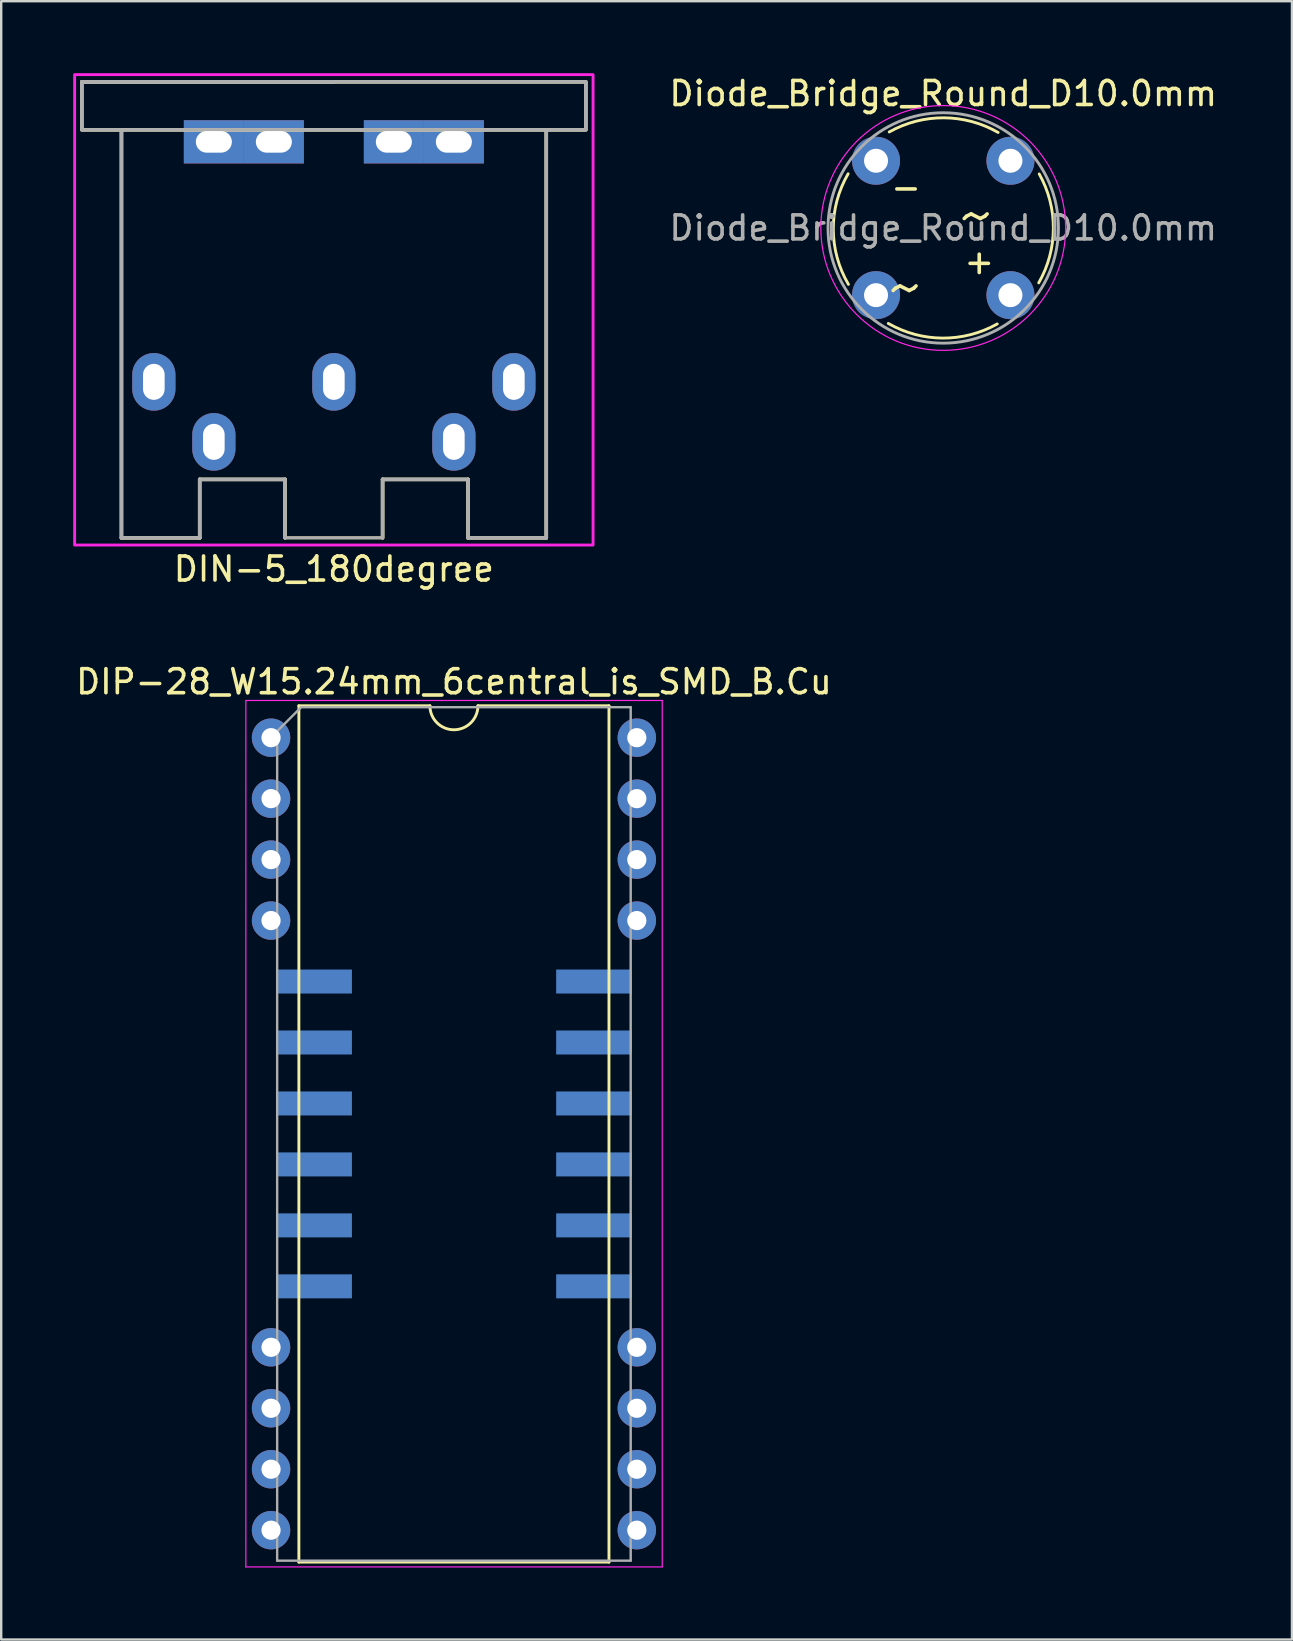
<source format=kicad_pcb>
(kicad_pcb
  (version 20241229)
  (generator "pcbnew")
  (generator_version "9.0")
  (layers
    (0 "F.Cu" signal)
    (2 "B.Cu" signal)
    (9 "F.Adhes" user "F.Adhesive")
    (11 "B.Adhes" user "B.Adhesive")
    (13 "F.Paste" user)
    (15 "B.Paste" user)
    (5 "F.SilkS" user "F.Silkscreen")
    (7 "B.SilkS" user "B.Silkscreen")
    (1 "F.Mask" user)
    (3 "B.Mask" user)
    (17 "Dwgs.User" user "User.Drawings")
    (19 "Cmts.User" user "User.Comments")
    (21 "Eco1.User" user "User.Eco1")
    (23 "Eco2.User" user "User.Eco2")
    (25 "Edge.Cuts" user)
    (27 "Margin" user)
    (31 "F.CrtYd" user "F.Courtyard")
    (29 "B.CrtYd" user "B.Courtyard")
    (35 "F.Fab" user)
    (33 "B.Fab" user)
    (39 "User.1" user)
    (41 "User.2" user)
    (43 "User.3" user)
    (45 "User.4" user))
  (footprint "Diode_Bridge_Round_D10.0mm"
    (layer "F.Cu")
    (at 33.45 3.648)
    (property "Reference" "Diode_Bridge_Round_D10.0mm" (at 2.8 -2.8 0) (layer "F.SilkS") (effects (font (size 1 1) (thickness 0.15))))
    (attr through_hole)
    (fp_arc (start -1.15 5.15) (mid -1.780654 2.848116) (end -1.162131 0.542943) (stroke (width 0.12) (type solid)) (layer "F.SilkS"))
    (fp_arc (start 0.55 -1.2) (mid 2.821673 -1.789339) (end 5.087678 -1.178571) (stroke (width 0.12) (type solid)) (layer "F.SilkS"))
    (fp_arc (start 5.05 6.8) (mid 2.778327 7.389339) (end 0.512321 6.778571) (stroke (width 0.12) (type solid)) (layer "F.SilkS"))
    (fp_arc (start 6.8 0.55) (mid 7.389339 2.821673) (end 6.778571 5.087679) (stroke (width 0.12) (type solid)) (layer "F.SilkS"))
    (fp_circle (center 2.8 2.8) (end 7.9 2.8) (stroke (width 0.05) (type solid)) (fill no) (layer "F.CrtYd"))
    (fp_arc (start -2 2.8) (mid 7.6 2.8) (end -2 2.8) (stroke (width 0.12) (type solid)) (layer "F.Fab"))
    (fp_text user "~ " (at 2 5.25 0) (layer "F.SilkS") (effects (font (size 2 2) (thickness 0.15))))
    (fp_text user "~" (at 4.2 2.25 0) (layer "F.SilkS") (effects (font (size 2 2) (thickness 0.15))))
    (fp_text user "+" (at 4.3 4.2 0) (layer "F.SilkS") (effects (font (size 1 1) (thickness 0.15))))
    (fp_text user "-" (at 1.25 1.1 0) (layer "F.SilkS") (effects (font (size 1 1) (thickness 0.15))))
    (fp_text user "${REFERENCE}" (at 2.8 2.8 0) (layer "F.Fab") (effects (font (size 1 1) (thickness 0.15))))
    (pad "1" thru_hole circle (at 0 0) (size 2 2) (drill 1) (layers "*.Cu" "*.Mask"))
    (pad "2" thru_hole oval (at 0 5.6) (size 2 2) (drill 1) (layers "*.Cu" "*.Mask"))
    (pad "3" thru_hole oval (at 5.6 5.6) (size 2 2) (drill 1) (layers "*.Cu" "*.Mask"))
    (pad "4" thru_hole oval (at 5.6 0) (size 2 2) (drill 1) (layers "*.Cu" "*.Mask")))
  (footprint "DIP-28_W15.24mm_6central_is_SMD_B.Cu"
    (layer "F.Cu")
    (at 8.243 27.686)
    (property "Reference" "DIP-28_W15.24mm_6central_is_SMD_B.Cu" (at 7.62 -2.33 0) (layer "F.SilkS") (effects (font (size 1 1) (thickness 0.15))))
    (attr through_hole)
    (fp_line (start 1.16 -1.33) (end 1.16 34.35) (stroke (width 0.12) (type solid)) (layer "F.SilkS"))
    (fp_line (start 1.16 34.35) (end 14.08 34.35) (stroke (width 0.12) (type solid)) (layer "F.SilkS"))
    (fp_line (start 6.62 -1.33) (end 1.16 -1.33) (stroke (width 0.12) (type solid)) (layer "F.SilkS"))
    (fp_line (start 14.08 -1.33) (end 8.62 -1.33) (stroke (width 0.12) (type solid)) (layer "F.SilkS"))
    (fp_line (start 14.08 34.35) (end 14.08 -1.33) (stroke (width 0.12) (type solid)) (layer "F.SilkS"))
    (fp_arc (start 8.62 -1.33) (mid 7.62 -0.33) (end 6.62 -1.33) (stroke (width 0.12) (type solid)) (layer "F.SilkS"))
    (fp_line (start -1.05 -1.55) (end -1.05 34.55) (stroke (width 0.05) (type solid)) (layer "F.CrtYd"))
    (fp_line (start -1.05 34.55) (end 16.3 34.55) (stroke (width 0.05) (type solid)) (layer "F.CrtYd"))
    (fp_line (start 16.3 -1.55) (end -1.05 -1.55) (stroke (width 0.05) (type solid)) (layer "F.CrtYd"))
    (fp_line (start 16.3 34.55) (end 16.3 -1.55) (stroke (width 0.05) (type solid)) (layer "F.CrtYd"))
    (fp_line (start 0.255 -0.27) (end 1.255 -1.27) (stroke (width 0.1) (type solid)) (layer "F.Fab"))
    (fp_line (start 0.255 34.29) (end 0.255 -0.27) (stroke (width 0.1) (type solid)) (layer "F.Fab"))
    (fp_line (start 1.255 -1.27) (end 14.985 -1.27) (stroke (width 0.1) (type solid)) (layer "F.Fab"))
    (fp_line (start 14.985 -1.27) (end 14.985 34.29) (stroke (width 0.1) (type solid)) (layer "F.Fab"))
    (fp_line (start 14.985 34.29) (end 0.255 34.29) (stroke (width 0.1) (type solid)) (layer "F.Fab"))
    (pad "1" thru_hole circle (at 0 0) (size 1.6 1.6) (drill 0.8) (layers "*.Cu" "*.Mask"))
    (pad "2" thru_hole oval (at 0 2.54) (size 1.6 1.6) (drill 0.8) (layers "*.Cu" "*.Mask"))
    (pad "3" thru_hole oval (at 0 5.08) (size 1.6 1.6) (drill 0.8) (layers "*.Cu" "*.Mask"))
    (pad "4" thru_hole oval (at 0 7.62) (size 1.6 1.6) (drill 0.8) (layers "*.Cu" "*.Mask"))
    (pad "5" smd rect (at 1.795 10.16 180) (size 3.15 1) (layers "B.Cu" "B.Mask" "B.Paste"))
    (pad "6" smd rect (at 1.795 12.7 180) (size 3.15 1) (layers "B.Cu" "B.Mask" "B.Paste"))
    (pad "7" smd rect (at 1.795 15.24 180) (size 3.15 1) (layers "B.Cu" "B.Mask" "B.Paste"))
    (pad "8" smd rect (at 1.795 17.78 180) (size 3.15 1) (layers "B.Cu" "B.Mask" "B.Paste"))
    (pad "9" smd rect (at 1.795 20.32 180) (size 3.15 1) (layers "B.Cu" "B.Mask" "B.Paste"))
    (pad "10" smd rect (at 1.795 22.86 180) (size 3.15 1) (layers "B.Cu" "B.Mask" "B.Paste"))
    (pad "11" thru_hole oval (at 0 25.4) (size 1.6 1.6) (drill 0.8) (layers "*.Cu" "*.Mask"))
    (pad "12" thru_hole oval (at 0 27.94) (size 1.6 1.6) (drill 0.8) (layers "*.Cu" "*.Mask"))
    (pad "13" thru_hole oval (at 0 30.48) (size 1.6 1.6) (drill 0.8) (layers "*.Cu" "*.Mask"))
    (pad "14" thru_hole oval (at 0 33.02) (size 1.6 1.6) (drill 0.8) (layers "*.Cu" "*.Mask"))
    (pad "15" thru_hole oval (at 15.24 33.02) (size 1.6 1.6) (drill 0.8) (layers "*.Cu" "*.Mask"))
    (pad "16" thru_hole oval (at 15.24 30.48) (size 1.6 1.6) (drill 0.8) (layers "*.Cu" "*.Mask"))
    (pad "17" thru_hole oval (at 15.24 27.94) (size 1.6 1.6) (drill 0.8) (layers "*.Cu" "*.Mask"))
    (pad "18" thru_hole oval (at 15.24 25.4) (size 1.6 1.6) (drill 0.8) (layers "*.Cu" "*.Mask"))
    (pad "19" smd rect (at 13.455 22.86 180) (size 3.15 1) (layers "B.Cu" "B.Mask" "B.Paste"))
    (pad "20" smd rect (at 13.455 20.32 180) (size 3.15 1) (layers "B.Cu" "B.Mask" "B.Paste"))
    (pad "21" smd rect (at 13.455 17.78 180) (size 3.15 1) (layers "B.Cu" "B.Mask" "B.Paste"))
    (pad "22" smd rect (at 13.455 15.24 180) (size 3.15 1) (layers "B.Cu" "B.Mask" "B.Paste"))
    (pad "23" smd rect (at 13.455 12.7 180) (size 3.15 1) (layers "B.Cu" "B.Mask" "B.Paste"))
    (pad "24" smd rect (at 13.455 10.16 180) (size 3.15 1) (layers "B.Cu" "B.Mask" "B.Paste"))
    (pad "25" thru_hole oval (at 15.24 7.62) (size 1.6 1.6) (drill 0.8) (layers "*.Cu" "*.Mask"))
    (pad "26" thru_hole oval (at 15.24 5.08) (size 1.6 1.6) (drill 0.8) (layers "*.Cu" "*.Mask"))
    (pad "27" thru_hole oval (at 15.24 2.54) (size 1.6 1.6) (drill 0.8) (layers "*.Cu" "*.Mask"))
    (pad "28" thru_hole oval (at 15.24 0) (size 1.6 1.6) (drill 0.8) (layers "*.Cu" "*.Mask")))
  (footprint "DIN-5_180degree"
    (layer "F.Cu")
    (at 10.86 12.86)
    (property "Reference" "DIN-5_180degree" (at 0 7.8 180) (layer "F.SilkS") (effects (font (size 1 1) (thickness 0.15))))
    (attr through_hole)
    (fp_line (start -8.85 6.5) (end -8.85 -10.5) (stroke (width 0.15) (type solid)) (layer "F.SilkS"))
    (fp_line (start -8.85 6.5) (end -5.588 6.5) (stroke (width 0.15) (type solid)) (layer "F.SilkS"))
    (fp_line (start -5.588 6.5) (end -5.588 4.064) (stroke (width 0.15) (type solid)) (layer "F.SilkS"))
    (fp_line (start -2.032 4.064) (end -5.588 4.064) (stroke (width 0.15) (type solid)) (layer "F.SilkS"))
    (fp_line (start -2.032 6.5) (end -2.032 4.064) (stroke (width 0.15) (type solid)) (layer "F.SilkS"))
    (fp_line (start 0 -12.5) (end -10.5 -12.5) (stroke (width 0.15) (type solid)) (layer "F.SilkS"))
    (fp_line (start 2.032 6.5) (end -2.032 6.5) (stroke (width 0.12) (type solid)) (layer "F.SilkS"))
    (fp_line (start 2.032 6.5) (end 2.032 4.064) (stroke (width 0.15) (type solid)) (layer "F.SilkS"))
    (fp_line (start 5.588 4.064) (end 2.032 4.064) (stroke (width 0.15) (type solid)) (layer "F.SilkS"))
    (fp_line (start 5.588 6.5) (end 5.588 4.064) (stroke (width 0.15) (type solid)) (layer "F.SilkS"))
    (fp_line (start 8.85 -10.5) (end 8.85 6.5) (stroke (width 0.15) (type solid)) (layer "F.SilkS"))
    (fp_line (start 8.85 6.5) (end 5.588 6.5) (stroke (width 0.15) (type solid)) (layer "F.SilkS"))
    (fp_rect (start -10.5 -12.5) (end 10.5 -10.5) (stroke (width 0.15) (type default)) (fill no) (layer "F.SilkS"))
    (fp_rect (start -10.8 -12.8) (end 10.8 6.8) (stroke (width 0.12) (type default)) (fill no) (layer "F.CrtYd"))
    (fp_line (start -8.85 6.5) (end -8.85 -10.5) (stroke (width 0.15) (type solid)) (layer "F.Fab"))
    (fp_line (start -8.85 6.5) (end -5.588 6.5) (stroke (width 0.15) (type solid)) (layer "F.Fab"))
    (fp_line (start -5.588 6.5) (end -5.588 4.064) (stroke (width 0.15) (type solid)) (layer "F.Fab"))
    (fp_line (start -2.032 4.064) (end -5.588 4.064) (stroke (width 0.15) (type solid)) (layer "F.Fab"))
    (fp_line (start -2.032 6.5) (end -2.032 4.064) (stroke (width 0.15) (type solid)) (layer "F.Fab"))
    (fp_line (start 0 -12.5) (end -10.5 -12.5) (stroke (width 0.15) (type solid)) (layer "F.Fab"))
    (fp_line (start 2.032 6.5) (end -2.032 6.5) (stroke (width 0.12) (type solid)) (layer "F.Fab"))
    (fp_line (start 2.032 6.5) (end 2.032 4.064) (stroke (width 0.15) (type solid)) (layer "F.Fab"))
    (fp_line (start 5.588 4.064) (end 2.032 4.064) (stroke (width 0.15) (type solid)) (layer "F.Fab"))
    (fp_line (start 5.588 6.5) (end 5.588 4.064) (stroke (width 0.15) (type solid)) (layer "F.Fab"))
    (fp_line (start 8.85 -10.5) (end 8.85 6.5) (stroke (width 0.15) (type solid)) (layer "F.Fab"))
    (fp_line (start 8.85 6.5) (end 5.588 6.5) (stroke (width 0.15) (type solid)) (layer "F.Fab"))
    (fp_rect (start -10.5 -12.5) (end 10.5 -10.5) (stroke (width 0.15) (type default)) (fill no) (layer "F.Fab"))
    (pad "0" thru_hole rect (at -5 -10 180) (size 2.5 1.8) (drill oval 1.5 0.9) (layers "*.Cu" "*.Mask"))
    (pad "0" thru_hole rect (at -2.5 -10 180) (size 2.5 1.8) (drill oval 1.5 0.9) (layers "*.Cu" "*.Mask"))
    (pad "0" thru_hole rect (at 2.5 -10 180) (size 2.5 1.8) (drill oval 1.5 0.9) (layers "*.Cu" "*.Mask"))
    (pad "0" thru_hole rect (at 5 -10 180) (size 2.5 1.8) (drill oval 1.5 0.9) (layers "*.Cu" "*.Mask"))
    (pad "1" thru_hole oval (at -7.5 0 180) (size 1.8 2.4) (drill oval 0.9 1.5) (layers "*.Cu" "*.Mask"))
    (pad "2" thru_hole oval (at 0 0 180) (size 1.8 2.4) (drill oval 0.9 1.5) (layers "*.Cu" "*.Mask"))
    (pad "3" thru_hole oval (at 7.5 0 180) (size 1.8 2.4) (drill oval 0.9 1.5) (layers "*.Cu" "*.Mask"))
    (pad "4" thru_hole oval (at -5 2.5 180) (size 1.8 2.4) (drill oval 0.9 1.5) (layers "*.Cu" "*.Mask"))
    (pad "5" thru_hole oval (at 5 2.5 180) (size 1.8 2.4) (drill oval 0.9 1.5) (layers "*.Cu" "*.Mask")))
  (gr_rect
    (start -3 -3)
    (end 50.78 65.261)
    (stroke (width 0.1) (type default))
    (fill no)
    (layer "Edge.Cuts")))
</source>
